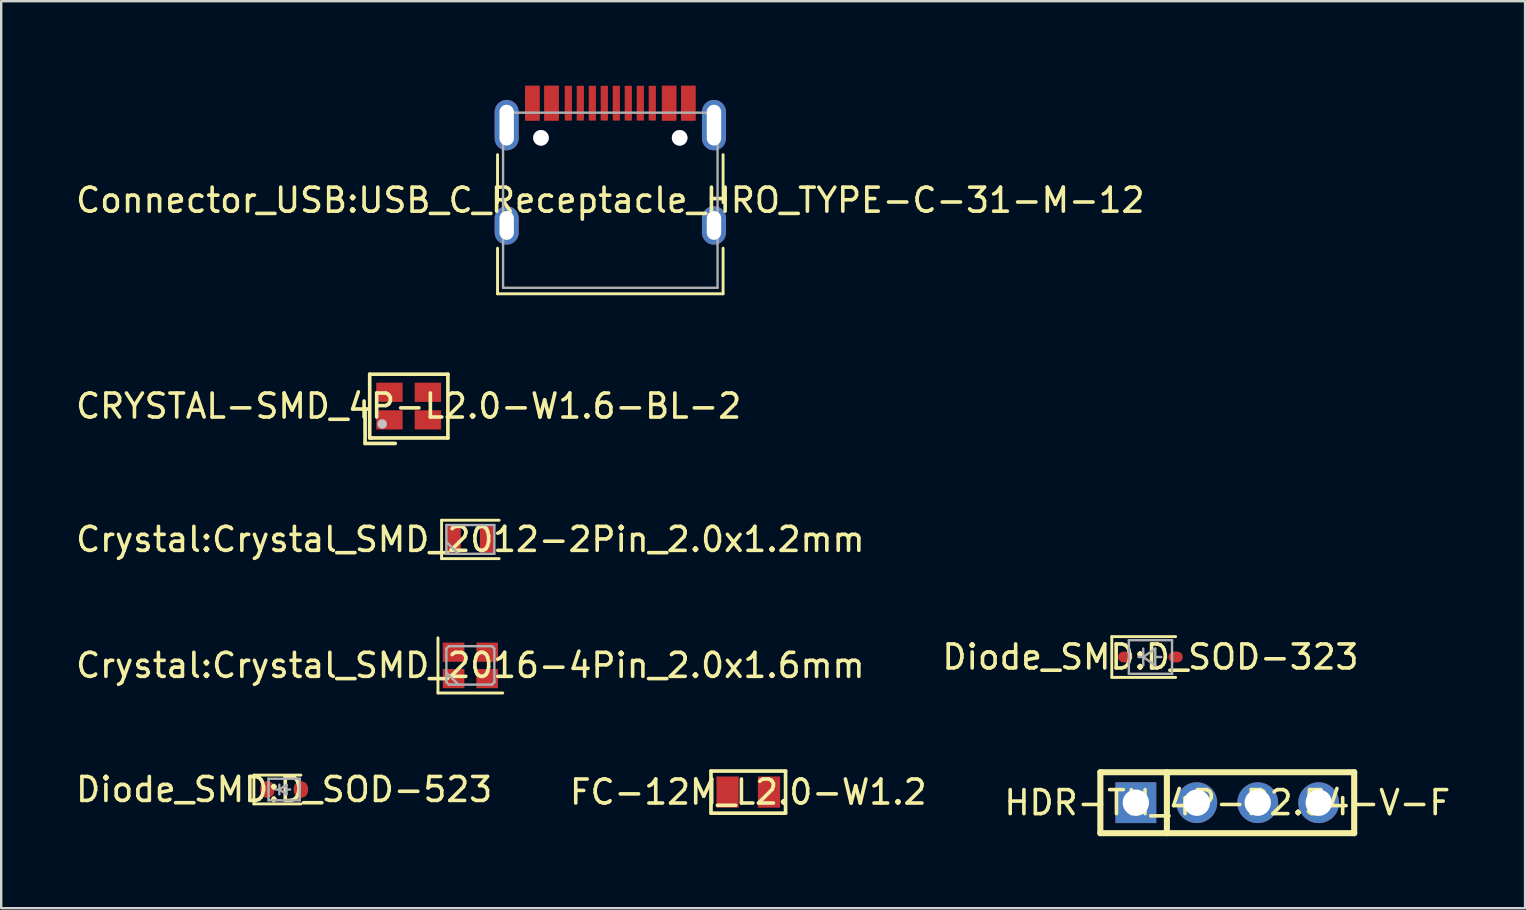
<source format=kicad_pcb>
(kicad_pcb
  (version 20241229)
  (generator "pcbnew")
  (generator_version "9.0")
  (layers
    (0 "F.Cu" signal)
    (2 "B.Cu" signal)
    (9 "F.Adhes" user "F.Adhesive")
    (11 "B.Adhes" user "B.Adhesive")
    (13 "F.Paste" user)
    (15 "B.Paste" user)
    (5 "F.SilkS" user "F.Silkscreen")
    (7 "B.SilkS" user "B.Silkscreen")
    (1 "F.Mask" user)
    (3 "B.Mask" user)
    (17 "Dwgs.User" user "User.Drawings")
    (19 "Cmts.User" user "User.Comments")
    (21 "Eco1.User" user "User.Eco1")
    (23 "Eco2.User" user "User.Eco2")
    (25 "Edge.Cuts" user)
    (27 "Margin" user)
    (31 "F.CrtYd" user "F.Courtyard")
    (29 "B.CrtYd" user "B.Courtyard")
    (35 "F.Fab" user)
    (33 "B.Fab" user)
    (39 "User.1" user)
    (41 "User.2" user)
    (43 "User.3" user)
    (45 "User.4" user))
  (footprint "Crystal{colon}Crystal_SMD_2016-4Pin_2.0x1.6mm"
    (layer "F.Cu")
    (at 16.554 24.683)
    (property "Reference" "Crystal{colon}Crystal_SMD_2016-4Pin_2.0x1.6mm" (at 0 0 0) (layer "F.SilkS") (effects (font (size 1 1) (thickness 0.15))))
    (fp_line (start -1.35 -1.15) (end -1.35 1.15) (stroke (width 0.12) (type default)) (layer "F.SilkS"))
    (fp_line (start -1.35 1.15) (end 1.35 1.15) (stroke (width 0.12) (type default)) (layer "F.SilkS"))
    (fp_line (start -1 -0.7) (end -0.9 -0.8) (stroke (width 0.1) (type default)) (layer "F.Fab"))
    (fp_line (start -1 0.3) (end -0.5 0.8) (stroke (width 0.1) (type default)) (layer "F.Fab"))
    (fp_line (start -1 0.7) (end -1 -0.7) (stroke (width 0.1) (type default)) (layer "F.Fab"))
    (fp_line (start -0.9 -0.8) (end 0.9 -0.8) (stroke (width 0.1) (type default)) (layer "F.Fab"))
    (fp_line (start -0.9 0.8) (end -1 0.7) (stroke (width 0.1) (type default)) (layer "F.Fab"))
    (fp_line (start 0.9 -0.8) (end 1 -0.7) (stroke (width 0.1) (type default)) (layer "F.Fab"))
    (fp_line (start 0.9 0.8) (end -0.9 0.8) (stroke (width 0.1) (type default)) (layer "F.Fab"))
    (fp_line (start 1 -0.7) (end 1 0.7) (stroke (width 0.1) (type default)) (layer "F.Fab"))
    (fp_line (start 1 0.7) (end 0.9 0.8) (stroke (width 0.1) (type default)) (layer "F.Fab"))
    (fp_line (start -1.4 -1.3) (end -1.4 1.3) (stroke (width 0.05) (type default)) (layer "User.1"))
    (fp_line (start -1.4 1.3) (end 1.4 1.3) (stroke (width 0.05) (type default)) (layer "User.1"))
    (fp_line (start 1.4 -1.3) (end -1.4 -1.3) (stroke (width 0.05) (type default)) (layer "User.1"))
    (fp_line (start 1.4 1.3) (end 1.4 -1.3) (stroke (width 0.05) (type default)) (layer "User.1"))
    (pad "1" smd rect (at -0.7 0.55) (size 0.9 0.8) (layers "F.Cu" "F.Mask" "F.Paste"))
    (pad "2" smd rect (at 0.7 0.55) (size 0.9 0.8) (layers "F.Cu" "F.Mask" "F.Paste"))
    (pad "3" smd rect (at 0.7 -0.55) (size 0.9 0.8) (layers "F.Cu" "F.Mask" "F.Paste"))
    (pad "4" smd rect (at -0.7 -0.55) (size 0.9 0.8) (layers "F.Cu" "F.Mask" "F.Paste")))
  (footprint "HDR-TH_4P-P2.54-V-F"
    (layer "F.Cu")
    (at 48.101 30.405)
    (property "Reference" "HDR-TH_4P-P2.54-V-F" (at 0 0 0) (layer "F.SilkS") (effects (font (size 1 1) (thickness 0.15))))
    (fp_line (start -5.29 -1.27) (end -5.29 1.27) (stroke (width 0.254) (type default)) (layer "F.SilkS"))
    (fp_line (start -5.29 -1.27) (end 5.29 -1.27) (stroke (width 0.254) (type default)) (layer "F.SilkS"))
    (fp_line (start -5.29 1.27) (end 5.29 1.27) (stroke (width 0.254) (type default)) (layer "F.SilkS"))
    (fp_line (start -2.517 -1.27) (end -2.517 1.27) (stroke (width 0.254) (type default)) (layer "F.SilkS"))
    (fp_line (start 5.29 -1.27) (end 5.29 1.27) (stroke (width 0.254) (type default)) (layer "F.SilkS"))
    (fp_poly (pts (xy -4.13 -0.15) (xy -3.49 -0.15) (xy -3.49 0.15) (xy -4.13 0.15)) (stroke (width 0.1) (type default)) (fill no) (layer "User.1"))
    (fp_poly (pts (xy -1.59 -0.15) (xy -0.95 -0.15) (xy -0.95 0.15) (xy -1.59 0.15)) (stroke (width 0.1) (type default)) (fill no) (layer "User.1"))
    (fp_poly (pts (xy 0.95 -0.15) (xy 1.59 -0.15) (xy 1.59 0.15) (xy 0.95 0.15)) (stroke (width 0.1) (type default)) (fill no) (layer "User.1"))
    (fp_poly (pts (xy 3.49 -0.15) (xy 4.13 -0.15) (xy 4.13 0.15) (xy 3.49 0.15)) (stroke (width 0.1) (type default)) (fill no) (layer "User.1"))
    (fp_line (start -5.25 -1.25) (end 5.25 -1.25) (stroke (width 0.051) (type default)) (layer "User.2"))
    (fp_line (start -5.25 1.25) (end -5.25 -1.25) (stroke (width 0.051) (type default)) (layer "User.2"))
    (fp_line (start 5.25 -1.25) (end 5.25 1.25) (stroke (width 0.051) (type default)) (layer "User.2"))
    (fp_line (start 5.25 1.25) (end -5.25 1.25) (stroke (width 0.051) (type default)) (layer "User.2"))
    (fp_poly (pts (xy -5.195 1.227) (xy -5.227 1.195) (xy -5.273 1.195) (xy -5.305 1.227) (xy -5.305 1.273) (xy -5.273 1.305) (xy -5.227 1.305) (xy -5.195 1.273)) (stroke (width 0.1) (type default)) (fill no) (layer "User.3"))
    (pad "1" thru_hole rect (at -3.81 0) (size 1.7 1.7) (drill 1.1) (layers "*.Cu" "*.Mask"))
    (pad "2" thru_hole circle (at -1.27 0) (size 1.7 1.7) (drill 1.1) (layers "*.Cu" "*.Mask"))
    (pad "3" thru_hole circle (at 1.27 0) (size 1.7 1.7) (drill 1.1) (layers "*.Cu" "*.Mask"))
    (pad "4" thru_hole circle (at 3.81 0) (size 1.7 1.7) (drill 1.1) (layers "*.Cu" "*.Mask")))
  (footprint "Connector_USB{colon}USB_C_Receptacle_HRO_TYPE-C-31-M-12"
    (layer "F.Cu")
    (at 22.387 5.295)
    (property "Reference" "Connector_USB{colon}USB_C_Receptacle_HRO_TYPE-C-31-M-12" (at 0 0 0) (layer "F.SilkS") (effects (font (size 1 1) (thickness 0.15))))
    (fp_line (start -4.7 -1.9) (end -4.7 0.1) (stroke (width 0.12) (type default)) (layer "F.SilkS"))
    (fp_line (start -4.7 2) (end -4.7 3.9) (stroke (width 0.12) (type default)) (layer "F.SilkS"))
    (fp_line (start -4.7 3.9) (end 4.7 3.9) (stroke (width 0.12) (type default)) (layer "F.SilkS"))
    (fp_line (start 4.7 -1.9) (end 4.7 0.1) (stroke (width 0.12) (type default)) (layer "F.SilkS"))
    (fp_line (start 4.7 2) (end 4.7 3.9) (stroke (width 0.12) (type default)) (layer "F.SilkS"))
    (fp_line (start -4.47 -3.65) (end -4.47 3.65) (stroke (width 0.1) (type default)) (layer "F.Fab"))
    (fp_line (start -4.47 -3.65) (end 4.47 -3.65) (stroke (width 0.1) (type default)) (layer "F.Fab"))
    (fp_line (start -4.47 3.65) (end 4.47 3.65) (stroke (width 0.1) (type default)) (layer "F.Fab"))
    (fp_line (start 4.47 -3.65) (end 4.47 3.65) (stroke (width 0.1) (type default)) (layer "F.Fab"))
    (fp_line (start -5.32 -5.27) (end -5.32 4.15) (stroke (width 0.05) (type default)) (layer "User.1"))
    (fp_line (start -5.32 -5.27) (end 5.32 -5.27) (stroke (width 0.05) (type default)) (layer "User.1"))
    (fp_line (start -5.32 4.15) (end 5.32 4.15) (stroke (width 0.05) (type default)) (layer "User.1"))
    (fp_line (start 5.32 -5.27) (end 5.32 4.15) (stroke (width 0.05) (type default)) (layer "User.1"))
    (pad "" thru_hole circle (at -2.89 -2.6) (size 0.65 0.65) (drill 0.65) (layers "*.Cu" "*.Mask"))
    (pad "" thru_hole circle (at 2.89 -2.6) (size 0.65 0.65) (drill 0.65) (layers "*.Cu" "*.Mask"))
    (pad "A1" smd rect (at -3.25 -4.045) (size 0.6 1.45) (layers "F.Cu" "F.Mask" "F.Paste"))
    (pad "A4" smd rect (at -2.45 -4.045) (size 0.6 1.45) (layers "F.Cu" "F.Mask" "F.Paste"))
    (pad "A5" smd rect (at -1.25 -4.045) (size 0.3 1.45) (layers "F.Cu" "F.Mask" "F.Paste"))
    (pad "A6" smd rect (at -0.25 -4.045) (size 0.3 1.45) (layers "F.Cu" "F.Mask" "F.Paste"))
    (pad "A7" smd rect (at 0.25 -4.045) (size 0.3 1.45) (layers "F.Cu" "F.Mask" "F.Paste"))
    (pad "A8" smd rect (at 1.25 -4.045) (size 0.3 1.45) (layers "F.Cu" "F.Mask" "F.Paste"))
    (pad "A9" smd rect (at 2.45 -4.045) (size 0.6 1.45) (layers "F.Cu" "F.Mask" "F.Paste"))
    (pad "A12" smd rect (at 3.25 -4.045) (size 0.6 1.45) (layers "F.Cu" "F.Mask" "F.Paste"))
    (pad "B1" smd rect (at 3.25 -4.045) (size 0.6 1.45) (layers "F.Cu" "F.Mask" "F.Paste"))
    (pad "B4" smd rect (at 2.45 -4.045) (size 0.6 1.45) (layers "F.Cu" "F.Mask" "F.Paste"))
    (pad "B5" smd rect (at 1.75 -4.045) (size 0.3 1.45) (layers "F.Cu" "F.Mask" "F.Paste"))
    (pad "B6" smd rect (at 0.75 -4.045) (size 0.3 1.45) (layers "F.Cu" "F.Mask" "F.Paste"))
    (pad "B7" smd rect (at -0.75 -4.045) (size 0.3 1.45) (layers "F.Cu" "F.Mask" "F.Paste"))
    (pad "B8" smd rect (at -1.75 -4.045) (size 0.3 1.45) (layers "F.Cu" "F.Mask" "F.Paste"))
    (pad "B9" smd rect (at -2.45 -4.045) (size 0.6 1.45) (layers "F.Cu" "F.Mask" "F.Paste"))
    (pad "B12" smd rect (at -3.25 -4.045) (size 0.6 1.45) (layers "F.Cu" "F.Mask" "F.Paste"))
    (pad "S1" thru_hole oval (at -4.32 -3.13) (size 1 2.1) (drill oval 0.6 1.7) (layers "*.Cu" "*.Mask"))
    (pad "S1" thru_hole oval (at -4.32 1.05) (size 1 1.6) (drill oval 0.6 1.2) (layers "*.Cu" "*.Mask"))
    (pad "S1" thru_hole oval (at 4.32 -3.13) (size 1 2.1) (drill oval 0.6 1.7) (layers "*.Cu" "*.Mask"))
    (pad "S1" thru_hole oval (at 4.32 1.05) (size 1 1.6) (drill oval 0.6 1.2) (layers "*.Cu" "*.Mask")))
  (footprint "Diode_SMD{colon}D_SOD-323"
    (layer "F.Cu")
    (at 44.899 24.333)
    (property "Reference" "Diode_SMD{colon}D_SOD-323" (at 0 0 0) (layer "F.SilkS") (effects (font (size 1 1) (thickness 0.15))))
    (fp_line (start -1.61 -0.85) (end -1.61 0.85) (stroke (width 0.12) (type default)) (layer "F.SilkS"))
    (fp_line (start -1.61 -0.85) (end 1.05 -0.85) (stroke (width 0.12) (type default)) (layer "F.SilkS"))
    (fp_line (start -1.61 0.85) (end 1.05 0.85) (stroke (width 0.12) (type default)) (layer "F.SilkS"))
    (fp_line (start -0.9 -0.7) (end 0.9 -0.7) (stroke (width 0.1) (type default)) (layer "F.Fab"))
    (fp_line (start -0.9 0.7) (end -0.9 -0.7) (stroke (width 0.1) (type default)) (layer "F.Fab"))
    (fp_line (start -0.3 -0.35) (end -0.3 0.35) (stroke (width 0.1) (type default)) (layer "F.Fab"))
    (fp_line (start -0.3 0) (end -0.5 0) (stroke (width 0.1) (type default)) (layer "F.Fab"))
    (fp_line (start -0.3 0) (end 0.2 -0.35) (stroke (width 0.1) (type default)) (layer "F.Fab"))
    (fp_line (start 0.2 -0.35) (end 0.2 0.35) (stroke (width 0.1) (type default)) (layer "F.Fab"))
    (fp_line (start 0.2 0) (end 0.45 0) (stroke (width 0.1) (type default)) (layer "F.Fab"))
    (fp_line (start 0.2 0.35) (end -0.3 0) (stroke (width 0.1) (type default)) (layer "F.Fab"))
    (fp_line (start 0.9 -0.7) (end 0.9 0.7) (stroke (width 0.1) (type default)) (layer "F.Fab"))
    (fp_line (start 0.9 0.7) (end -0.9 0.7) (stroke (width 0.1) (type default)) (layer "F.Fab"))
    (fp_line (start -1.6 -0.95) (end -1.6 0.95) (stroke (width 0.05) (type default)) (layer "User.1"))
    (fp_line (start -1.6 -0.95) (end 1.6 -0.95) (stroke (width 0.05) (type default)) (layer "User.1"))
    (fp_line (start -1.6 0.95) (end 1.6 0.95) (stroke (width 0.05) (type default)) (layer "User.1"))
    (fp_line (start 1.6 -0.95) (end 1.6 0.95) (stroke (width 0.05) (type default)) (layer "User.1"))
    (pad "1" smd roundrect (at -1.05 0) (size 0.6 0.45) (layers "F.Cu" "F.Mask" "F.Paste") (roundrect_rratio 0.5))
    (pad "2" smd roundrect (at 1.05 0) (size 0.6 0.45) (layers "F.Cu" "F.Mask" "F.Paste") (roundrect_rratio 0.5)))
  (footprint "Crystal{colon}Crystal_SMD_2012-2Pin_2.0x1.2mm"
    (layer "F.Cu")
    (at 16.554 19.433)
    (property "Reference" "Crystal{colon}Crystal_SMD_2012-2Pin_2.0x1.2mm" (at 0 0 0) (layer "F.SilkS") (effects (font (size 1 1) (thickness 0.15))))
    (fp_line (start -1.2 -0.8) (end -1.2 0.8) (stroke (width 0.12) (type default)) (layer "F.SilkS"))
    (fp_line (start -1.2 0.8) (end 1.2 0.8) (stroke (width 0.12) (type default)) (layer "F.SilkS"))
    (fp_line (start 1.2 -0.8) (end -1.2 -0.8) (stroke (width 0.12) (type default)) (layer "F.SilkS"))
    (fp_line (start -1 -0.6) (end -1 0.6) (stroke (width 0.1) (type default)) (layer "F.Fab"))
    (fp_line (start -1 0.1) (end -0.5 0.6) (stroke (width 0.1) (type default)) (layer "F.Fab"))
    (fp_line (start -1 0.6) (end 1 0.6) (stroke (width 0.1) (type default)) (layer "F.Fab"))
    (fp_line (start 1 -0.6) (end -1 -0.6) (stroke (width 0.1) (type default)) (layer "F.Fab"))
    (fp_line (start 1 0.6) (end 1 -0.6) (stroke (width 0.1) (type default)) (layer "F.Fab"))
    (fp_line (start -1.3 -0.9) (end -1.3 0.9) (stroke (width 0.05) (type default)) (layer "User.1"))
    (fp_line (start -1.3 0.9) (end 1.3 0.9) (stroke (width 0.05) (type default)) (layer "User.1"))
    (fp_line (start 1.3 -0.9) (end -1.3 -0.9) (stroke (width 0.05) (type default)) (layer "User.1"))
    (fp_line (start 1.3 0.9) (end 1.3 -0.9) (stroke (width 0.05) (type default)) (layer "User.1"))
    (fp_circle (center 0 0) (end 0.046 0) (stroke (width 0.093) (type default)) (fill no) (layer "User.1"))
    (fp_circle (center 0 0) (end 0.106 0) (stroke (width 0.067) (type default)) (fill no) (layer "User.1"))
    (fp_circle (center 0 0) (end 0.167 0) (stroke (width 0.067) (type default)) (fill no) (layer "User.1"))
    (fp_circle (center 0 0) (end 0.2 0) (stroke (width 0.1) (type default)) (fill no) (layer "User.1"))
    (pad "1" smd rect (at -0.7 0) (size 0.6 1.1) (layers "F.Cu" "F.Mask" "F.Paste"))
    (pad "2" smd rect (at 0.7 0) (size 0.6 1.1) (layers "F.Cu" "F.Mask" "F.Paste")))
  (footprint "Diode_SMD{colon}D_SOD-523"
    (layer "F.Cu")
    (at 8.792 29.856)
    (property "Reference" "Diode_SMD{colon}D_SOD-523" (at 0 0 0) (layer "F.SilkS") (effects (font (size 1 1) (thickness 0.15))))
    (fp_line (start -1.26 -0.6) (end -1.26 0.6) (stroke (width 0.12) (type default)) (layer "F.SilkS"))
    (fp_line (start 0.7 -0.6) (end -1.26 -0.6) (stroke (width 0.12) (type default)) (layer "F.SilkS"))
    (fp_line (start 0.7 0.6) (end -1.26 0.6) (stroke (width 0.12) (type default)) (layer "F.SilkS"))
    (fp_line (start -0.65 -0.45) (end 0.65 -0.45) (stroke (width 0.1) (type default)) (layer "F.Fab"))
    (fp_line (start -0.65 0.45) (end -0.65 -0.45) (stroke (width 0.1) (type default)) (layer "F.Fab"))
    (fp_line (start -0.2 0) (end -0.35 0) (stroke (width 0.1) (type default)) (layer "F.Fab"))
    (fp_line (start -0.2 0) (end 0.1 0.2) (stroke (width 0.1) (type default)) (layer "F.Fab"))
    (fp_line (start -0.2 0.2) (end -0.2 -0.2) (stroke (width 0.1) (type default)) (layer "F.Fab"))
    (fp_line (start 0.1 -0.2) (end -0.2 0) (stroke (width 0.1) (type default)) (layer "F.Fab"))
    (fp_line (start 0.1 0) (end 0.25 0) (stroke (width 0.1) (type default)) (layer "F.Fab"))
    (fp_line (start 0.1 0.2) (end 0.1 -0.2) (stroke (width 0.1) (type default)) (layer "F.Fab"))
    (fp_line (start 0.65 -0.45) (end 0.65 0.45) (stroke (width 0.1) (type default)) (layer "F.Fab"))
    (fp_line (start 0.65 0.45) (end -0.65 0.45) (stroke (width 0.1) (type default)) (layer "F.Fab"))
    (fp_line (start -1.25 -0.7) (end 1.25 -0.7) (stroke (width 0.05) (type default)) (layer "User.1"))
    (fp_line (start -1.25 0.7) (end -1.25 -0.7) (stroke (width 0.05) (type default)) (layer "User.1"))
    (fp_line (start 1.25 -0.7) (end 1.25 0.7) (stroke (width 0.05) (type default)) (layer "User.1"))
    (fp_line (start 1.25 0.7) (end -1.25 0.7) (stroke (width 0.05) (type default)) (layer "User.1"))
    (pad "1" smd roundrect (at -0.7 0 180) (size 0.6 0.7) (layers "F.Cu" "F.Mask" "F.Paste") (roundrect_rratio 0.5))
    (pad "2" smd roundrect (at 0.7 0 180) (size 0.6 0.7) (layers "F.Cu" "F.Mask" "F.Paste") (roundrect_rratio 0.5)))
  (footprint "FC-12M_L2.0-W1.2"
    (layer "F.Cu")
    (at 28.137 29.963)
    (property "Reference" "FC-12M_L2.0-W1.2" (at 0 0 0) (layer "F.SilkS") (effects (font (size 1 1) (thickness 0.15))))
    (fp_line (start -1.554 -0.878) (end 1.554 -0.878) (stroke (width 0.152) (type default)) (layer "F.SilkS"))
    (fp_line (start -1.554 0.878) (end -1.554 -0.878) (stroke (width 0.152) (type default)) (layer "F.SilkS"))
    (fp_line (start 1.554 -0.878) (end 1.554 0.878) (stroke (width 0.152) (type default)) (layer "F.SilkS"))
    (fp_line (start 1.554 0.878) (end -1.554 0.878) (stroke (width 0.152) (type default)) (layer "F.SilkS"))
    (fp_poly (pts (xy -0.5 0.55) (xy -0.5 -0.55) (xy -1.025 -0.55) (xy -1.025 0.55)) (stroke (width 0.1) (type default)) (fill no) (layer "User.1"))
    (fp_poly (pts (xy 0.5 0.55) (xy 0.5 -0.55) (xy 1.025 -0.55) (xy 1.025 0.55)) (stroke (width 0.1) (type default)) (fill no) (layer "User.1"))
    (fp_line (start -1.025 -0.6) (end 1.025 -0.6) (stroke (width 0.051) (type default)) (layer "User.2"))
    (fp_line (start -1.025 0.6) (end -1.025 -0.6) (stroke (width 0.051) (type default)) (layer "User.2"))
    (fp_line (start 1.025 -0.6) (end 1.025 0.6) (stroke (width 0.051) (type default)) (layer "User.2"))
    (fp_line (start 1.025 0.6) (end -1.025 0.6) (stroke (width 0.051) (type default)) (layer "User.2"))
    (fp_poly (pts (xy -0.97 0.577) (xy -1.002 0.545) (xy -1.048 0.545) (xy -1.08 0.577) (xy -1.08 0.623) (xy -1.048 0.655) (xy -1.002 0.655) (xy -0.97 0.623)) (stroke (width 0.1) (type default)) (fill no) (layer "User.3"))
    (pad "1" smd rect (at -0.863 0) (size 0.925 1.3) (layers "F.Cu" "F.Mask" "F.Paste"))
    (pad "2" smd rect (at 0.863 0) (size 0.925 1.3) (layers "F.Cu" "F.Mask" "F.Paste")))
  (footprint "CRYSTAL-SMD_4P-L2.0-W1.6-BL-2"
    (layer "F.Cu")
    (at 13.982 13.875)
    (property "Reference" "CRYSTAL-SMD_4P-L2.0-W1.6-BL-2" (at 0 0 0) (layer "F.SilkS") (effects (font (size 1 1) (thickness 0.15))))
    (fp_line (start -1.816 0.099) (end -1.816 1.557) (stroke (width 0.152) (type default)) (layer "F.SilkS"))
    (fp_line (start -1.816 1.557) (end -0.559 1.557) (stroke (width 0.152) (type default)) (layer "F.SilkS"))
    (fp_line (start -1.623 -1.329) (end 1.636 -1.329) (stroke (width 0.152) (type default)) (layer "F.SilkS"))
    (fp_line (start -1.623 1.329) (end -1.623 -1.329) (stroke (width 0.152) (type default)) (layer "F.SilkS"))
    (fp_line (start -1.529 1.329) (end -1.623 1.329) (stroke (width 0.152) (type default)) (layer "F.SilkS"))
    (fp_line (start 1.636 -1.329) (end 1.636 1.329) (stroke (width 0.152) (type default)) (layer "F.SilkS"))
    (fp_line (start 1.636 1.329) (end -1.529 1.329) (stroke (width 0.152) (type default)) (layer "F.SilkS"))
    (fp_circle (center -1.104 0.747) (end -1.004 0.747) (stroke (width 0.2) (type default)) (fill no) (layer "Dwgs.User"))
    (fp_poly (pts (xy -0.925 -0.25) (xy -0.925 -0.725) (xy -0.35 -0.725) (xy -0.35 -0.25)) (stroke (width 0.1) (type default)) (fill no) (layer "User.1"))
    (fp_poly (pts (xy -0.925 0.725) (xy -0.925 0.25) (xy -0.35 0.25) (xy -0.35 0.725)) (stroke (width 0.1) (type default)) (fill no) (layer "User.1"))
    (fp_poly (pts (xy 0.925 -0.725) (xy 0.925 -0.25) (xy 0.35 -0.25) (xy 0.35 -0.725)) (stroke (width 0.1) (type default)) (fill no) (layer "User.1"))
    (fp_poly (pts (xy 0.925 0.25) (xy 0.925 0.725) (xy 0.35 0.725) (xy 0.35 0.25)) (stroke (width 0.1) (type default)) (fill no) (layer "User.1"))
    (fp_line (start -1 -0.8) (end 1 -0.8) (stroke (width 0.051) (type default)) (layer "User.2"))
    (fp_line (start -1 0.8) (end -1 -0.8) (stroke (width 0.051) (type default)) (layer "User.2"))
    (fp_line (start 1 -0.8) (end 1 0.8) (stroke (width 0.051) (type default)) (layer "User.2"))
    (fp_line (start 1 0.8) (end -1 0.8) (stroke (width 0.051) (type default)) (layer "User.2"))
    (fp_poly (pts (xy -0.945 0.777) (xy -0.977 0.745) (xy -1.023 0.745) (xy -1.055 0.777) (xy -1.055 0.823) (xy -1.023 0.855) (xy -0.977 0.855) (xy -0.945 0.823)) (stroke (width 0.1) (type default)) (fill no) (layer "User.3"))
    (pad "1" smd rect (at -0.8 0.575) (size 1.1 0.8) (layers "F.Cu" "F.Mask" "F.Paste"))
    (pad "2" smd rect (at 0.8 0.575) (size 1.1 0.8) (layers "F.Cu" "F.Mask" "F.Paste"))
    (pad "3" smd rect (at 0.8 -0.575) (size 1.1 0.8) (layers "F.Cu" "F.Mask" "F.Paste"))
    (pad "4" smd rect (at -0.8 -0.575) (size 1.1 0.8) (layers "F.Cu" "F.Mask" "F.Paste")))
  (gr_rect
    (start -3 -3)
    (end 60.512 34.802)
    (stroke (width 0.1) (type default))
    (fill no)
    (layer "Edge.Cuts")))
</source>
